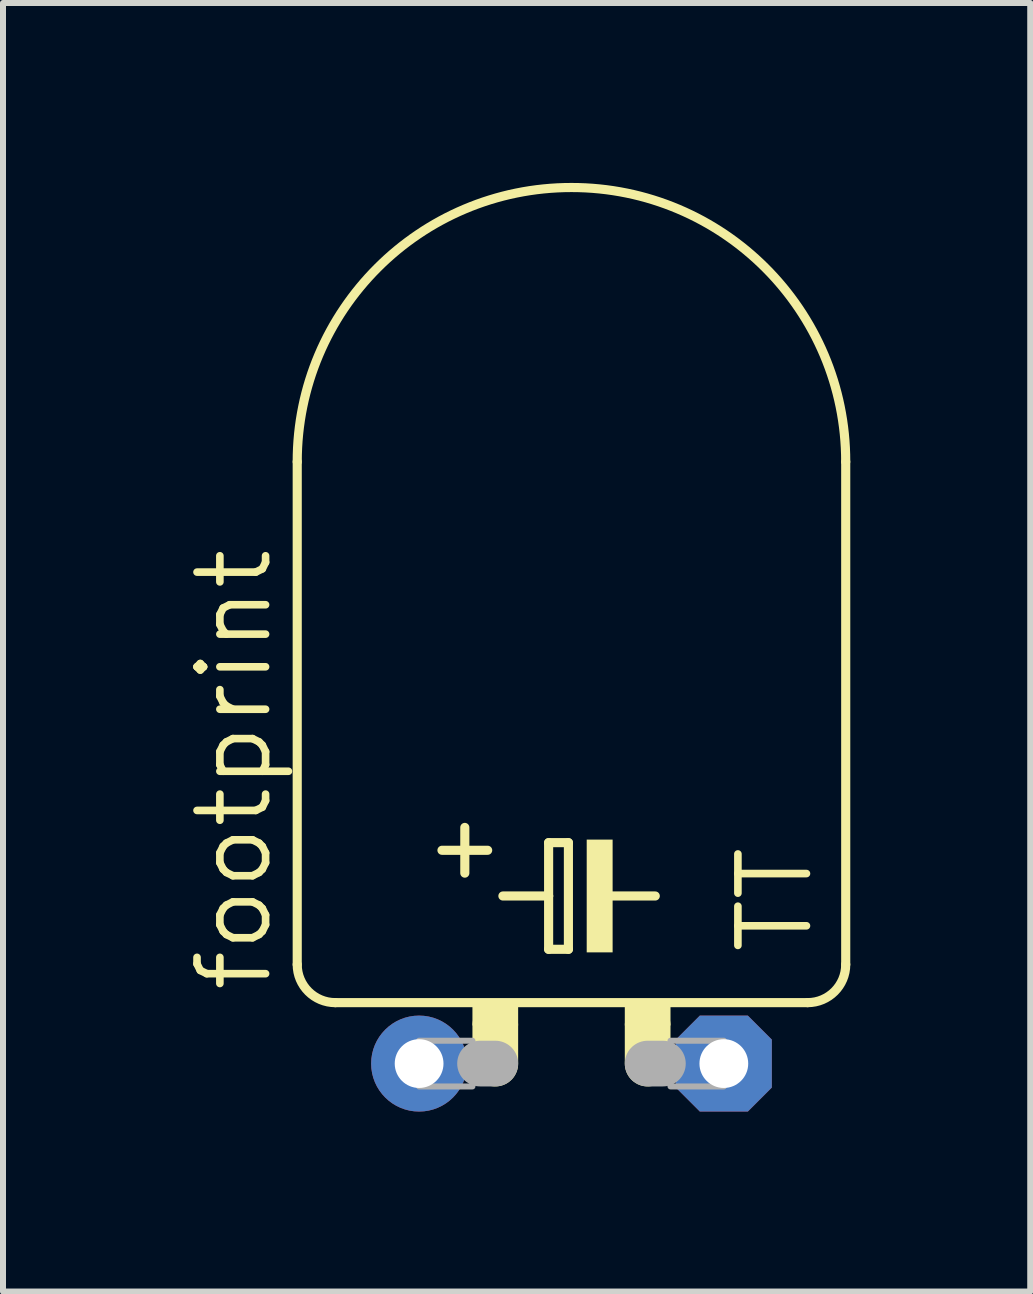
<source format=kicad_pcb>
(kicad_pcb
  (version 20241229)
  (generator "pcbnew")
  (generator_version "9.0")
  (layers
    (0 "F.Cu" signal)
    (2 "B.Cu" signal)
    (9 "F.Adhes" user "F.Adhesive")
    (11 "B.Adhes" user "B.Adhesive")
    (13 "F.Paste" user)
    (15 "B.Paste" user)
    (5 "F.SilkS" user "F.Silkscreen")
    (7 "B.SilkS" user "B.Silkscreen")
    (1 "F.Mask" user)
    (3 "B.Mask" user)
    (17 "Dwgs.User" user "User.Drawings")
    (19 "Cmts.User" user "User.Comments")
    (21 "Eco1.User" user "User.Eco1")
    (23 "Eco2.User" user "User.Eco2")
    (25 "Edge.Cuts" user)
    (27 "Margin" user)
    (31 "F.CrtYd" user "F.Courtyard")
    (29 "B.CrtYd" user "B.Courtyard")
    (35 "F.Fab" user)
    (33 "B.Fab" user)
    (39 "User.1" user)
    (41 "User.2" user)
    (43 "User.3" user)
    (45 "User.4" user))
  (footprint "footprint"
    (layer "F.Cu")
    (at 6.477 14.681)
    (property "Reference" "footprint" (at -4.953 -1.143 90) (layer "F.SilkS") (effects (font (size 1.143 1.143) (thickness 0.127)) (justify left bottom)))
    (fp_line (start -4.572 -10.033) (end -4.572 -1.651) (stroke (width 0.152) (type solid)) (layer "F.SilkS"))
    (fp_line (start -3.937 -1.016) (end 3.937 -1.016) (stroke (width 0.152) (type solid)) (layer "F.SilkS"))
    (fp_line (start -2.159 -3.556) (end -1.397 -3.556) (stroke (width 0.152) (type solid)) (layer "F.SilkS"))
    (fp_line (start -1.778 -3.937) (end -1.778 -3.175) (stroke (width 0.152) (type solid)) (layer "F.SilkS"))
    (fp_line (start -1.27 -0.635) (end -1.27 0) (stroke (width 0.762) (type solid)) (layer "F.SilkS"))
    (fp_line (start -1.143 -2.794) (end -0.381 -2.794) (stroke (width 0.152) (type solid)) (layer "F.SilkS"))
    (fp_line (start -0.381 -3.683) (end -0.381 -2.794) (stroke (width 0.152) (type solid)) (layer "F.SilkS"))
    (fp_line (start -0.381 -2.794) (end -0.381 -1.905) (stroke (width 0.152) (type solid)) (layer "F.SilkS"))
    (fp_line (start -0.381 -1.905) (end -0.051 -1.905) (stroke (width 0.152) (type solid)) (layer "F.SilkS"))
    (fp_line (start -0.051 -3.683) (end -0.381 -3.683) (stroke (width 0.152) (type solid)) (layer "F.SilkS"))
    (fp_line (start -0.051 -1.905) (end -0.051 -3.683) (stroke (width 0.152) (type solid)) (layer "F.SilkS"))
    (fp_line (start 0.635 -2.794) (end 1.397 -2.794) (stroke (width 0.152) (type solid)) (layer "F.SilkS"))
    (fp_line (start 1.27 -0.635) (end 1.27 0) (stroke (width 0.762) (type solid)) (layer "F.SilkS"))
    (fp_line (start 4.572 -10.033) (end 4.572 -1.651) (stroke (width 0.152) (type solid)) (layer "F.SilkS"))
    (fp_arc (start -4.572 -10.033) (mid 0 -14.605) (end 4.572 -10.033) (stroke (width 0.1524) (type solid)) (layer "F.SilkS"))
    (fp_arc (start -3.937 -1.016) (mid -4.386013 -1.201987) (end -4.572 -1.651) (stroke (width 0.1524) (type solid)) (layer "F.SilkS"))
    (fp_arc (start 4.572 -1.651) (mid 4.386013 -1.201987) (end 3.937 -1.016) (stroke (width 0.1524) (type solid)) (layer "F.SilkS"))
    (fp_poly (pts (xy -1.651 -0.635) (xy -0.889 -0.635) (xy -0.889 -1.016) (xy -1.651 -1.016)) (stroke (width 0) (type solid)) (fill yes) (layer "F.SilkS"))
    (fp_poly (pts (xy 0.254 -1.854) (xy 0.686 -1.854) (xy 0.686 -3.734) (xy 0.254 -3.734)) (stroke (width 0) (type solid)) (fill yes) (layer "F.SilkS"))
    (fp_poly (pts (xy 0.889 -0.635) (xy 1.651 -0.635) (xy 1.651 -1.016) (xy 0.889 -1.016)) (stroke (width 0) (type solid)) (fill yes) (layer "F.SilkS"))
    (fp_line (start -1.524 0) (end -1.27 0) (stroke (width 0.762) (type solid)) (layer "F.Fab"))
    (fp_line (start 1.524 0) (end 1.27 0) (stroke (width 0.762) (type solid)) (layer "F.Fab"))
    (fp_poly (pts (xy -2.54 0.381) (xy -1.651 0.381) (xy -1.651 -0.381) (xy -2.54 -0.381)) (stroke (width 0.1) (type solid)) (fill no) (layer "F.Fab"))
    (fp_poly (pts (xy 1.651 0.381) (xy 2.54 0.381) (xy 2.54 -0.381) (xy 1.651 -0.381)) (stroke (width 0.1) (type solid)) (fill no) (layer "F.Fab"))
    (fp_text user "TT" (at 4.064 -1.778 90) (layer "F.SilkS") (effects (font (size 1.143 1.143) (thickness 0.127)) (justify left bottom)))
    (pad "+" thru_hole circle (at -2.54 0) (size 1.6 1.6) (drill 0.813) (layers "*.Cu" "*.Mask"))
    (pad "-" thru_hole roundrect (at 2.54 0) (size 1.6 1.6) (drill 0.813) (layers "*.Cu" "*.Mask") (roundrect_rratio 0.25) (chamfer_ratio 0.25) (chamfer top_left top_right bottom_left bottom_right)))
  (gr_rect
    (start -3 -3)
    (end 14.125 18.481)
    (stroke (width 0.1) (type default))
    (fill no)
    (layer "Edge.Cuts")))
</source>
